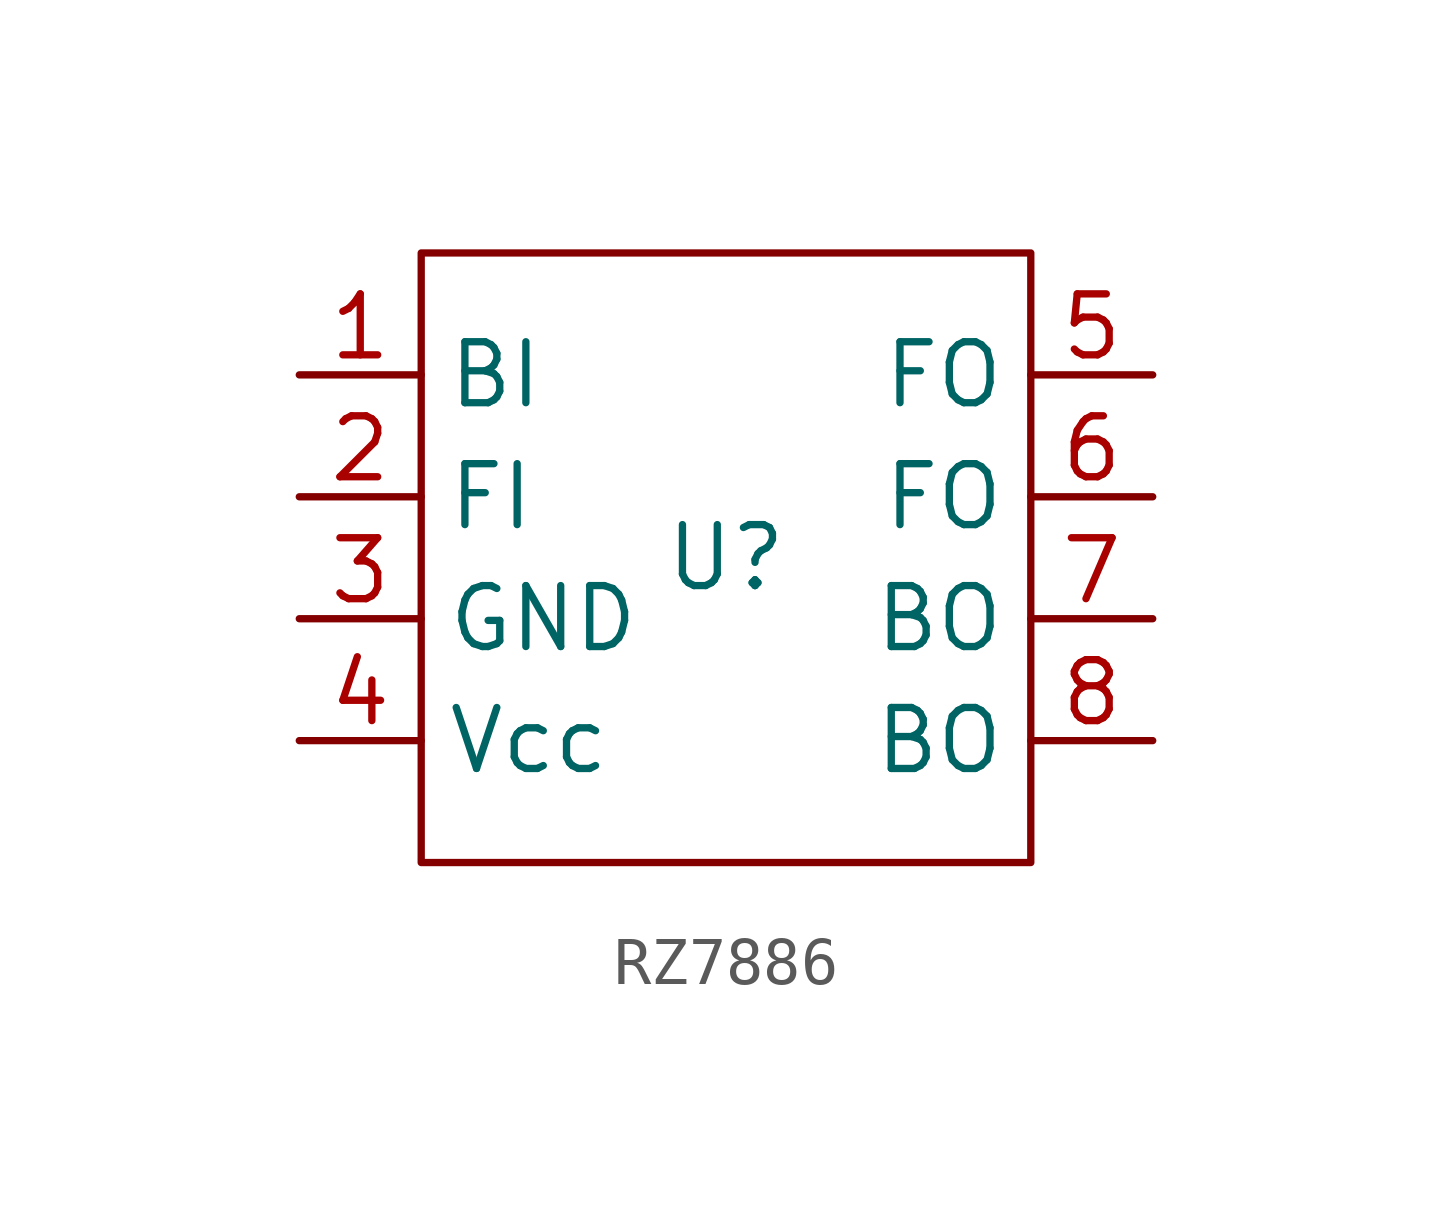
<source format=kicad_sym>
(kicad_symbol_lib
  (version 20241209)
  (generator "kicad_symbol_editor")
  (generator_version "9.0")
  (symbol "RZ7886"
    (property "Reference" "U"
      (at 0 0 0)
      (effects (font (size 1.27 1.27))))
    (property "Value" ""
      (at 0 0 0)
      (effects (font (size 1.27 1.27))))
    (symbol "RZ7886_0_1"
      (rectangle (start -6.35 6.35) (end 6.35 -6.35) (stroke (width 0) (type default)) (fill (type none))))
    (symbol "RZ7886_1_1"
      (pin input line (at -8.89 3.81 0) (length 2.54) (name "BI" (effects (font (size 1.27 1.27)))) (number "1" (effects (font (size 1.27 1.27)))))
      (pin input line (at -8.89 1.27 0) (length 2.54) (name "FI" (effects (font (size 1.27 1.27)))) (number "2" (effects (font (size 1.27 1.27)))))
      (pin bidirectional line (at -8.89 -1.27 0) (length 2.54) (name "GND" (effects (font (size 1.27 1.27)))) (number "3" (effects (font (size 1.27 1.27)))))
      (pin input line (at -8.89 -3.81 0) (length 2.54) (name "Vcc" (effects (font (size 1.27 1.27)))) (number "4" (effects (font (size 1.27 1.27)))))
      (pin output line (at 8.89 3.81 180) (length 2.54) (name "FO" (effects (font (size 1.27 1.27)))) (number "5" (effects (font (size 1.27 1.27)))))
      (pin output line (at 8.89 1.27 180) (length 2.54) (name "FO" (effects (font (size 1.27 1.27)))) (number "6" (effects (font (size 1.27 1.27)))))
      (pin output line (at 8.89 -1.27 180) (length 2.54) (name "BO" (effects (font (size 1.27 1.27)))) (number "7" (effects (font (size 1.27 1.27)))))
      (pin output line (at 8.89 -3.81 180) (length 2.54) (name "BO" (effects (font (size 1.27 1.27)))) (number "8" (effects (font (size 1.27 1.27))))))))
</source>
